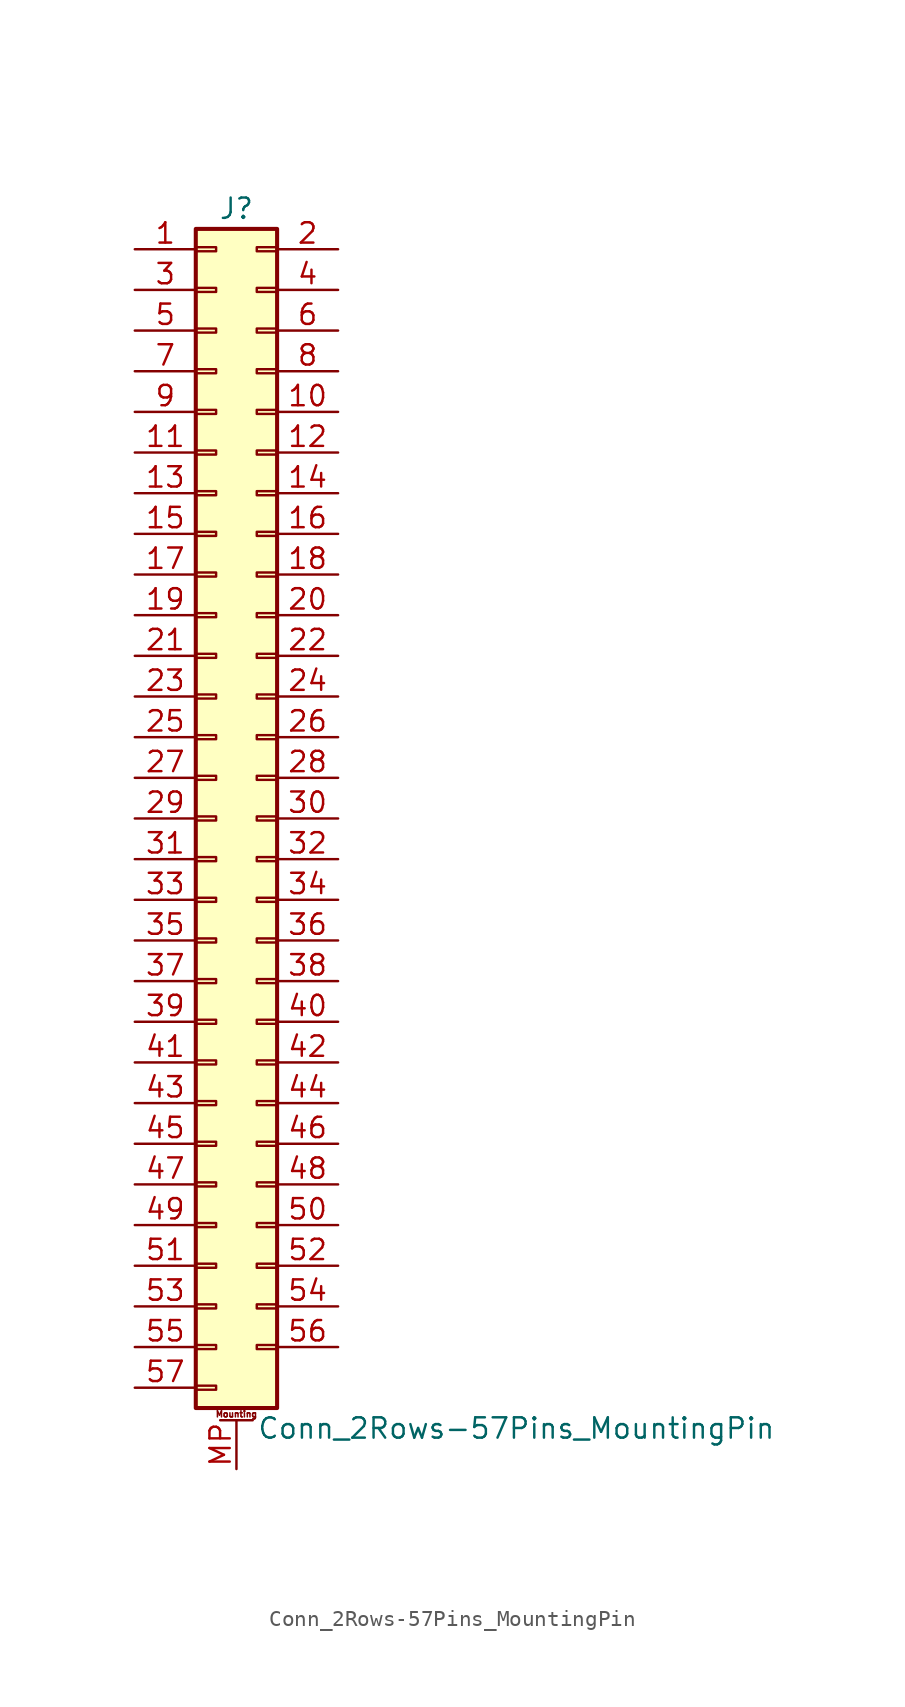
<source format=kicad_sym>
(kicad_symbol_lib
  (version 20201005)
  (generator kicad_symbol_editor)
  (symbol "Connector_Generic_MountingPin:Conn_2Rows-57Pins_MountingPin"
    (pin_names
      (offset 1.016) hide)
    (property "Reference" "J"
      (at 1.27 38.1 0)
      (effects (font (size 1.27 1.27))))
    (property "Value" "Conn_2Rows-57Pins_MountingPin"
      (at 2.54 -38.1 0)
      (effects (font (size 1.27 1.27)) (justify left)))
    (symbol "Conn_2Rows-57Pins_MountingPin_1_1"
      (text "Mounting" (at 1.27 -37.211 0) (effects (font (size 0.381 0.381))))
      (rectangle (start -1.27 -27.813) (end 0 -28.067) (stroke (width 0.152)) (fill (type none)))
      (rectangle (start -1.27 -30.353) (end 0 -30.607) (stroke (width 0.152)) (fill (type none)))
      (rectangle (start -1.27 -32.893) (end 0 -33.147) (stroke (width 0.152)) (fill (type none)))
      (rectangle (start -1.27 -35.433) (end 0 -35.687) (stroke (width 0.152)) (fill (type none)))
      (rectangle (start -1.27 -4.953) (end 0 -5.207) (stroke (width 0.152)) (fill (type none)))
      (rectangle (start -1.27 -7.493) (end 0 -7.747) (stroke (width 0.152)) (fill (type none)))
      (rectangle (start -1.27 -10.033) (end 0 -10.287) (stroke (width 0.152)) (fill (type none)))
      (rectangle (start -1.27 -12.573) (end 0 -12.827) (stroke (width 0.152)) (fill (type none)))
      (rectangle (start -1.27 -15.113) (end 0 -15.367) (stroke (width 0.152)) (fill (type none)))
      (rectangle (start -1.27 -17.653) (end 0 -17.907) (stroke (width 0.152)) (fill (type none)))
      (rectangle (start -1.27 -20.193) (end 0 -20.447) (stroke (width 0.152)) (fill (type none)))
      (rectangle (start -1.27 -22.733) (end 0 -22.987) (stroke (width 0.152)) (fill (type none)))
      (rectangle (start -1.27 -2.413) (end 0 -2.667) (stroke (width 0.152)) (fill (type none)))
      (rectangle (start -1.27 -25.273) (end 0 -25.527) (stroke (width 0.152)) (fill (type none)))
      (rectangle (start -1.27 25.527) (end 0 25.273) (stroke (width 0.152)) (fill (type none)))
      (rectangle (start -1.27 2.667) (end 0 2.413) (stroke (width 0.152)) (fill (type none)))
      (rectangle (start -1.27 28.067) (end 0 27.813) (stroke (width 0.152)) (fill (type none)))
      (rectangle (start -1.27 30.607) (end 0 30.353) (stroke (width 0.152)) (fill (type none)))
      (rectangle (start -1.27 33.147) (end 0 32.893) (stroke (width 0.152)) (fill (type none)))
      (rectangle (start -1.27 35.687) (end 0 35.433) (stroke (width 0.152)) (fill (type none)))
      (rectangle (start -1.27 36.83) (end 3.81 -36.83) (stroke (width 0.254)) (fill (type background)))
      (rectangle (start -1.27 5.207) (end 0 4.953) (stroke (width 0.152)) (fill (type none)))
      (rectangle (start -1.27 7.747) (end 0 7.493) (stroke (width 0.152)) (fill (type none)))
      (rectangle (start -1.27 10.287) (end 0 10.033) (stroke (width 0.152)) (fill (type none)))
      (rectangle (start -1.27 0.127) (end 0 -0.127) (stroke (width 0.152)) (fill (type none)))
      (rectangle (start -1.27 12.827) (end 0 12.573) (stroke (width 0.152)) (fill (type none)))
      (rectangle (start -1.27 15.367) (end 0 15.113) (stroke (width 0.152)) (fill (type none)))
      (rectangle (start -1.27 17.907) (end 0 17.653) (stroke (width 0.152)) (fill (type none)))
      (rectangle (start -1.27 20.447) (end 0 20.193) (stroke (width 0.152)) (fill (type none)))
      (rectangle (start -1.27 22.987) (end 0 22.733) (stroke (width 0.152)) (fill (type none)))
      (rectangle (start 3.81 -27.813) (end 2.54 -28.067) (stroke (width 0.152)) (fill (type none)))
      (rectangle (start 3.81 -30.353) (end 2.54 -30.607) (stroke (width 0.152)) (fill (type none)))
      (rectangle (start 3.81 -32.893) (end 2.54 -33.147) (stroke (width 0.152)) (fill (type none)))
      (rectangle (start 3.81 -4.953) (end 2.54 -5.207) (stroke (width 0.152)) (fill (type none)))
      (rectangle (start 3.81 -7.493) (end 2.54 -7.747) (stroke (width 0.152)) (fill (type none)))
      (rectangle (start 3.81 -10.033) (end 2.54 -10.287) (stroke (width 0.152)) (fill (type none)))
      (rectangle (start 3.81 -12.573) (end 2.54 -12.827) (stroke (width 0.152)) (fill (type none)))
      (rectangle (start 3.81 -15.113) (end 2.54 -15.367) (stroke (width 0.152)) (fill (type none)))
      (rectangle (start 3.81 -17.653) (end 2.54 -17.907) (stroke (width 0.152)) (fill (type none)))
      (rectangle (start 3.81 -20.193) (end 2.54 -20.447) (stroke (width 0.152)) (fill (type none)))
      (rectangle (start 3.81 -22.733) (end 2.54 -22.987) (stroke (width 0.152)) (fill (type none)))
      (rectangle (start 3.81 -2.413) (end 2.54 -2.667) (stroke (width 0.152)) (fill (type none)))
      (rectangle (start 3.81 -25.273) (end 2.54 -25.527) (stroke (width 0.152)) (fill (type none)))
      (rectangle (start 3.81 25.527) (end 2.54 25.273) (stroke (width 0.152)) (fill (type none)))
      (rectangle (start 3.81 2.667) (end 2.54 2.413) (stroke (width 0.152)) (fill (type none)))
      (rectangle (start 3.81 28.067) (end 2.54 27.813) (stroke (width 0.152)) (fill (type none)))
      (rectangle (start 3.81 30.607) (end 2.54 30.353) (stroke (width 0.152)) (fill (type none)))
      (rectangle (start 3.81 33.147) (end 2.54 32.893) (stroke (width 0.152)) (fill (type none)))
      (rectangle (start 3.81 35.687) (end 2.54 35.433) (stroke (width 0.152)) (fill (type none)))
      (rectangle (start 3.81 5.207) (end 2.54 4.953) (stroke (width 0.152)) (fill (type none)))
      (rectangle (start 3.81 7.747) (end 2.54 7.493) (stroke (width 0.152)) (fill (type none)))
      (rectangle (start 3.81 10.287) (end 2.54 10.033) (stroke (width 0.152)) (fill (type none)))
      (rectangle (start 3.81 0.127) (end 2.54 -0.127) (stroke (width 0.152)) (fill (type none)))
      (rectangle (start 3.81 12.827) (end 2.54 12.573) (stroke (width 0.152)) (fill (type none)))
      (rectangle (start 3.81 15.367) (end 2.54 15.113) (stroke (width 0.152)) (fill (type none)))
      (rectangle (start 3.81 17.907) (end 2.54 17.653) (stroke (width 0.152)) (fill (type none)))
      (rectangle (start 3.81 20.447) (end 2.54 20.193) (stroke (width 0.152)) (fill (type none)))
      (rectangle (start 3.81 22.987) (end 2.54 22.733) (stroke (width 0.152)) (fill (type none)))
      (polyline (pts (xy 0.254 -37.592) (xy 2.286 -37.592)) (stroke (width 0.152)) (fill (type none)))
      (pin passive line (at 1.27 -40.64 90) (length 3.048) (name "MountPin" (effects (font (size 1.27 1.27)))) (number "MP" (effects (font (size 1.27 1.27)))))
      (pin passive line (at -5.08 35.56 0) (length 3.81) (name "Pin_1" (effects (font (size 1.27 1.27)))) (number "1" (effects (font (size 1.27 1.27)))))
      (pin passive line (at 7.62 25.4 180) (length 3.81) (name "Pin_10" (effects (font (size 1.27 1.27)))) (number "10" (effects (font (size 1.27 1.27)))))
      (pin passive line (at -5.08 22.86 0) (length 3.81) (name "Pin_11" (effects (font (size 1.27 1.27)))) (number "11" (effects (font (size 1.27 1.27)))))
      (pin passive line (at 7.62 22.86 180) (length 3.81) (name "Pin_12" (effects (font (size 1.27 1.27)))) (number "12" (effects (font (size 1.27 1.27)))))
      (pin passive line (at -5.08 20.32 0) (length 3.81) (name "Pin_13" (effects (font (size 1.27 1.27)))) (number "13" (effects (font (size 1.27 1.27)))))
      (pin passive line (at 7.62 20.32 180) (length 3.81) (name "Pin_14" (effects (font (size 1.27 1.27)))) (number "14" (effects (font (size 1.27 1.27)))))
      (pin passive line (at -5.08 17.78 0) (length 3.81) (name "Pin_15" (effects (font (size 1.27 1.27)))) (number "15" (effects (font (size 1.27 1.27)))))
      (pin passive line (at 7.62 17.78 180) (length 3.81) (name "Pin_16" (effects (font (size 1.27 1.27)))) (number "16" (effects (font (size 1.27 1.27)))))
      (pin passive line (at -5.08 15.24 0) (length 3.81) (name "Pin_17" (effects (font (size 1.27 1.27)))) (number "17" (effects (font (size 1.27 1.27)))))
      (pin passive line (at 7.62 15.24 180) (length 3.81) (name "Pin_18" (effects (font (size 1.27 1.27)))) (number "18" (effects (font (size 1.27 1.27)))))
      (pin passive line (at -5.08 12.7 0) (length 3.81) (name "Pin_19" (effects (font (size 1.27 1.27)))) (number "19" (effects (font (size 1.27 1.27)))))
      (pin passive line (at 7.62 35.56 180) (length 3.81) (name "Pin_2" (effects (font (size 1.27 1.27)))) (number "2" (effects (font (size 1.27 1.27)))))
      (pin passive line (at 7.62 12.7 180) (length 3.81) (name "Pin_20" (effects (font (size 1.27 1.27)))) (number "20" (effects (font (size 1.27 1.27)))))
      (pin passive line (at -5.08 10.16 0) (length 3.81) (name "Pin_21" (effects (font (size 1.27 1.27)))) (number "21" (effects (font (size 1.27 1.27)))))
      (pin passive line (at 7.62 10.16 180) (length 3.81) (name "Pin_22" (effects (font (size 1.27 1.27)))) (number "22" (effects (font (size 1.27 1.27)))))
      (pin passive line (at -5.08 7.62 0) (length 3.81) (name "Pin_23" (effects (font (size 1.27 1.27)))) (number "23" (effects (font (size 1.27 1.27)))))
      (pin passive line (at 7.62 7.62 180) (length 3.81) (name "Pin_24" (effects (font (size 1.27 1.27)))) (number "24" (effects (font (size 1.27 1.27)))))
      (pin passive line (at -5.08 5.08 0) (length 3.81) (name "Pin_25" (effects (font (size 1.27 1.27)))) (number "25" (effects (font (size 1.27 1.27)))))
      (pin passive line (at 7.62 5.08 180) (length 3.81) (name "Pin_26" (effects (font (size 1.27 1.27)))) (number "26" (effects (font (size 1.27 1.27)))))
      (pin passive line (at -5.08 2.54 0) (length 3.81) (name "Pin_27" (effects (font (size 1.27 1.27)))) (number "27" (effects (font (size 1.27 1.27)))))
      (pin passive line (at 7.62 2.54 180) (length 3.81) (name "Pin_28" (effects (font (size 1.27 1.27)))) (number "28" (effects (font (size 1.27 1.27)))))
      (pin passive line (at -5.08 0 0) (length 3.81) (name "Pin_29" (effects (font (size 1.27 1.27)))) (number "29" (effects (font (size 1.27 1.27)))))
      (pin passive line (at -5.08 33.02 0) (length 3.81) (name "Pin_3" (effects (font (size 1.27 1.27)))) (number "3" (effects (font (size 1.27 1.27)))))
      (pin passive line (at 7.62 0 180) (length 3.81) (name "Pin_30" (effects (font (size 1.27 1.27)))) (number "30" (effects (font (size 1.27 1.27)))))
      (pin passive line (at -5.08 -2.54 0) (length 3.81) (name "Pin_31" (effects (font (size 1.27 1.27)))) (number "31" (effects (font (size 1.27 1.27)))))
      (pin passive line (at 7.62 -2.54 180) (length 3.81) (name "Pin_32" (effects (font (size 1.27 1.27)))) (number "32" (effects (font (size 1.27 1.27)))))
      (pin passive line (at -5.08 -5.08 0) (length 3.81) (name "Pin_33" (effects (font (size 1.27 1.27)))) (number "33" (effects (font (size 1.27 1.27)))))
      (pin passive line (at 7.62 -5.08 180) (length 3.81) (name "Pin_34" (effects (font (size 1.27 1.27)))) (number "34" (effects (font (size 1.27 1.27)))))
      (pin passive line (at -5.08 -7.62 0) (length 3.81) (name "Pin_35" (effects (font (size 1.27 1.27)))) (number "35" (effects (font (size 1.27 1.27)))))
      (pin passive line (at 7.62 -7.62 180) (length 3.81) (name "Pin_36" (effects (font (size 1.27 1.27)))) (number "36" (effects (font (size 1.27 1.27)))))
      (pin passive line (at -5.08 -10.16 0) (length 3.81) (name "Pin_37" (effects (font (size 1.27 1.27)))) (number "37" (effects (font (size 1.27 1.27)))))
      (pin passive line (at 7.62 -10.16 180) (length 3.81) (name "Pin_38" (effects (font (size 1.27 1.27)))) (number "38" (effects (font (size 1.27 1.27)))))
      (pin passive line (at -5.08 -12.7 0) (length 3.81) (name "Pin_39" (effects (font (size 1.27 1.27)))) (number "39" (effects (font (size 1.27 1.27)))))
      (pin passive line (at 7.62 33.02 180) (length 3.81) (name "Pin_4" (effects (font (size 1.27 1.27)))) (number "4" (effects (font (size 1.27 1.27)))))
      (pin passive line (at 7.62 -12.7 180) (length 3.81) (name "Pin_40" (effects (font (size 1.27 1.27)))) (number "40" (effects (font (size 1.27 1.27)))))
      (pin passive line (at -5.08 -15.24 0) (length 3.81) (name "Pin_41" (effects (font (size 1.27 1.27)))) (number "41" (effects (font (size 1.27 1.27)))))
      (pin passive line (at 7.62 -15.24 180) (length 3.81) (name "Pin_42" (effects (font (size 1.27 1.27)))) (number "42" (effects (font (size 1.27 1.27)))))
      (pin passive line (at -5.08 -17.78 0) (length 3.81) (name "Pin_43" (effects (font (size 1.27 1.27)))) (number "43" (effects (font (size 1.27 1.27)))))
      (pin passive line (at 7.62 -17.78 180) (length 3.81) (name "Pin_44" (effects (font (size 1.27 1.27)))) (number "44" (effects (font (size 1.27 1.27)))))
      (pin passive line (at -5.08 -20.32 0) (length 3.81) (name "Pin_45" (effects (font (size 1.27 1.27)))) (number "45" (effects (font (size 1.27 1.27)))))
      (pin passive line (at 7.62 -20.32 180) (length 3.81) (name "Pin_46" (effects (font (size 1.27 1.27)))) (number "46" (effects (font (size 1.27 1.27)))))
      (pin passive line (at -5.08 -22.86 0) (length 3.81) (name "Pin_47" (effects (font (size 1.27 1.27)))) (number "47" (effects (font (size 1.27 1.27)))))
      (pin passive line (at 7.62 -22.86 180) (length 3.81) (name "Pin_48" (effects (font (size 1.27 1.27)))) (number "48" (effects (font (size 1.27 1.27)))))
      (pin passive line (at -5.08 -25.4 0) (length 3.81) (name "Pin_49" (effects (font (size 1.27 1.27)))) (number "49" (effects (font (size 1.27 1.27)))))
      (pin passive line (at -5.08 30.48 0) (length 3.81) (name "Pin_5" (effects (font (size 1.27 1.27)))) (number "5" (effects (font (size 1.27 1.27)))))
      (pin passive line (at 7.62 -25.4 180) (length 3.81) (name "Pin_50" (effects (font (size 1.27 1.27)))) (number "50" (effects (font (size 1.27 1.27)))))
      (pin passive line (at -5.08 -27.94 0) (length 3.81) (name "Pin_51" (effects (font (size 1.27 1.27)))) (number "51" (effects (font (size 1.27 1.27)))))
      (pin passive line (at 7.62 -27.94 180) (length 3.81) (name "Pin_52" (effects (font (size 1.27 1.27)))) (number "52" (effects (font (size 1.27 1.27)))))
      (pin passive line (at -5.08 -30.48 0) (length 3.81) (name "Pin_53" (effects (font (size 1.27 1.27)))) (number "53" (effects (font (size 1.27 1.27)))))
      (pin passive line (at 7.62 -30.48 180) (length 3.81) (name "Pin_54" (effects (font (size 1.27 1.27)))) (number "54" (effects (font (size 1.27 1.27)))))
      (pin passive line (at -5.08 -33.02 0) (length 3.81) (name "Pin_55" (effects (font (size 1.27 1.27)))) (number "55" (effects (font (size 1.27 1.27)))))
      (pin passive line (at 7.62 -33.02 180) (length 3.81) (name "Pin_56" (effects (font (size 1.27 1.27)))) (number "56" (effects (font (size 1.27 1.27)))))
      (pin passive line (at -5.08 -35.56 0) (length 3.81) (name "Pin_57" (effects (font (size 1.27 1.27)))) (number "57" (effects (font (size 1.27 1.27)))))
      (pin passive line (at 7.62 30.48 180) (length 3.81) (name "Pin_6" (effects (font (size 1.27 1.27)))) (number "6" (effects (font (size 1.27 1.27)))))
      (pin passive line (at -5.08 27.94 0) (length 3.81) (name "Pin_7" (effects (font (size 1.27 1.27)))) (number "7" (effects (font (size 1.27 1.27)))))
      (pin passive line (at 7.62 27.94 180) (length 3.81) (name "Pin_8" (effects (font (size 1.27 1.27)))) (number "8" (effects (font (size 1.27 1.27)))))
      (pin passive line (at -5.08 25.4 0) (length 3.81) (name "Pin_9" (effects (font (size 1.27 1.27)))) (number "9" (effects (font (size 1.27 1.27))))))))
</source>
